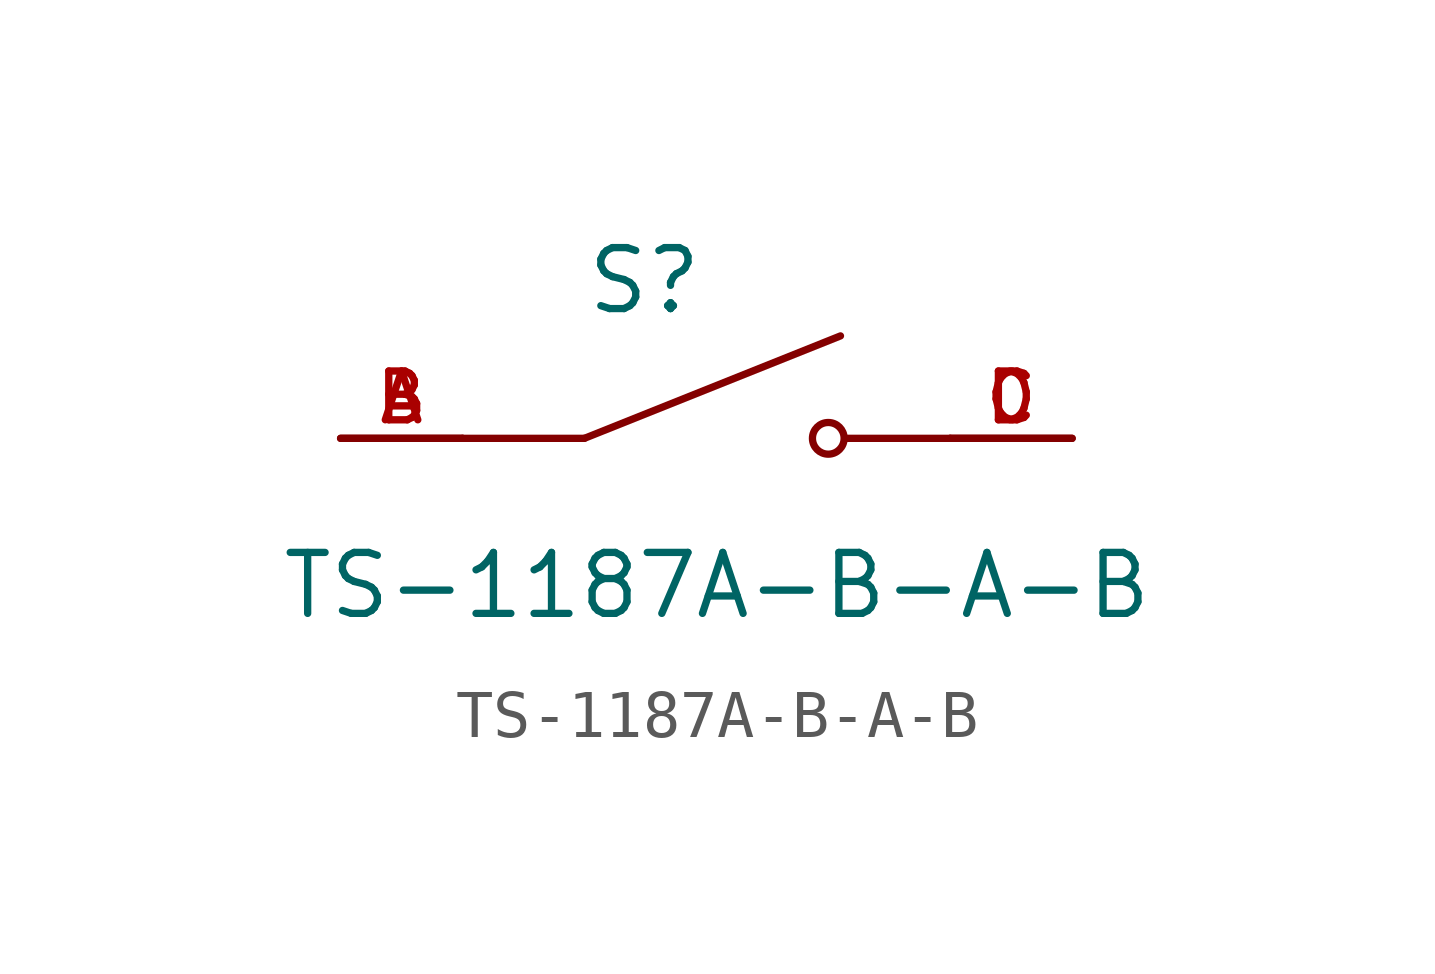
<source format=kicad_sym>
(kicad_symbol_lib
  (version 20211014)
  (generator kicad_symbol_editor)
  (symbol "TS-1187A-B-A-B"
    (pin_names
      (offset 1.016) hide)
    (property "Reference" "S"
      (at -2.54 2.54 0)
      (effects (font (size 1.27 1.27)) (justify left bottom)))
    (property "Value" "TS-1187A-B-A-B"
      (at -8.89 -3.81 0)
      (effects (font (size 1.27 1.27)) (justify left bottom)))
    (property "ki_locked" ""
      (at 0 0 0)
      (effects (font (size 1.27 1.27))))
    (symbol "TS-1187A-B-A-B_0_0"
      (polyline (pts (xy -2.54 0) (xy -5.08 0)) (stroke (width 0.152) (type default) (color 0 0 0 0)) (fill (type none)))
      (polyline (pts (xy -2.54 0) (xy 2.794 2.134)) (stroke (width 0.152) (type default) (color 0 0 0 0)) (fill (type none)))
      (polyline (pts (xy 5.08 0) (xy 2.921 0)) (stroke (width 0.152) (type default) (color 0 0 0 0)) (fill (type none)))
      (circle (center 2.54 0) (radius 0.33) (stroke (width 0.152) (type default) (color 0 0 0 0)) (fill (type none)))
      (pin passive line (at -7.62 0 0) (length 2.54) (name "~" (effects (font (size 1.016 1.016)))) (number "A" (effects (font (size 1.016 1.016)))))
      (pin passive line (at -7.62 0 0) (length 2.54) (name "~" (effects (font (size 1.016 1.016)))) (number "B" (effects (font (size 1.016 1.016)))))
      (pin passive line (at 7.62 0 180) (length 2.54) (name "~" (effects (font (size 1.016 1.016)))) (number "C" (effects (font (size 1.016 1.016)))))
      (pin passive line (at 7.62 0 180) (length 2.54) (name "~" (effects (font (size 1.016 1.016)))) (number "D" (effects (font (size 1.016 1.016))))))))
</source>
